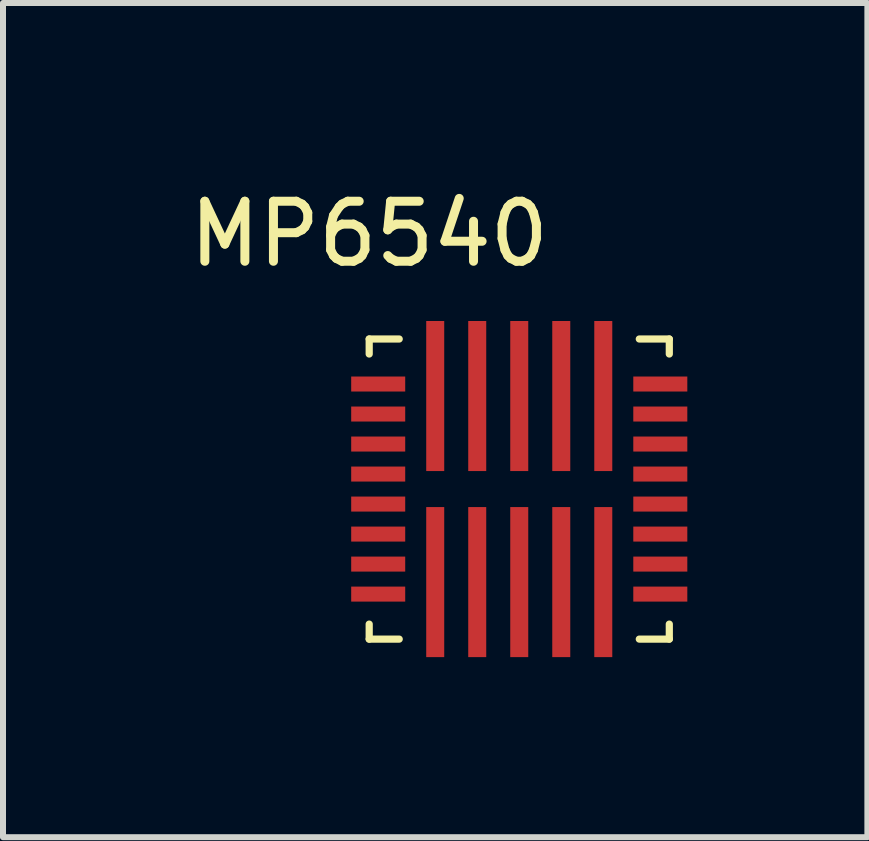
<source format=kicad_pcb>
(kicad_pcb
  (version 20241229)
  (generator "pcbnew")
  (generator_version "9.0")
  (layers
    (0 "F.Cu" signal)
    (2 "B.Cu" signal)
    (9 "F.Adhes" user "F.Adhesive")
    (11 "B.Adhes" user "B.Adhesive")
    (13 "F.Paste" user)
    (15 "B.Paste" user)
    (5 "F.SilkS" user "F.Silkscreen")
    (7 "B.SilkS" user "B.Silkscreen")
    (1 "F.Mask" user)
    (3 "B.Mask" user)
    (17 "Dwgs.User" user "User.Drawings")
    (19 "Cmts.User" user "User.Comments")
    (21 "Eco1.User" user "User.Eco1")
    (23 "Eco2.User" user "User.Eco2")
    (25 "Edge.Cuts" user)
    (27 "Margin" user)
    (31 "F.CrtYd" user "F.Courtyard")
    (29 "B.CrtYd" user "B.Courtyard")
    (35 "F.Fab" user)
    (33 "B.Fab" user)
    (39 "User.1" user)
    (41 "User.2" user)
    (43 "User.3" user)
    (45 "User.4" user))
  (footprint "MP6540"
    (layer "F.Cu")
    (at 5.601 5.098)
    (property "Reference" "MP6540" (at -2.5 -4.25 0) (unlocked yes) (layer "F.SilkS") (effects (font (size 1 1) (thickness 0.15))))
    (attr through_hole)
    (fp_line (start -2.5 -2.5) (end -2 -2.5) (stroke (width 0.12) (type solid)) (layer "F.SilkS"))
    (fp_line (start -2.5 -2.25) (end -2.5 -2.5) (stroke (width 0.12) (type solid)) (layer "F.SilkS"))
    (fp_line (start -2.5 2.25) (end -2.5 2.5) (stroke (width 0.12) (type solid)) (layer "F.SilkS"))
    (fp_line (start -2.5 2.5) (end -2 2.5) (stroke (width 0.12) (type solid)) (layer "F.SilkS"))
    (fp_line (start 2 -2.5) (end 2.5 -2.5) (stroke (width 0.12) (type solid)) (layer "F.SilkS"))
    (fp_line (start 2.5 -2.5) (end 2.5 -2.25) (stroke (width 0.12) (type solid)) (layer "F.SilkS"))
    (fp_line (start 2.5 2.25) (end 2.5 2.5) (stroke (width 0.12) (type solid)) (layer "F.SilkS"))
    (fp_line (start 2.5 2.5) (end 2 2.5) (stroke (width 0.12) (type solid)) (layer "F.SilkS"))
    (pad "1" smd rect (at -2.35 -1.75) (size 0.9 0.25) (layers "F.Cu" "F.Mask" "F.Paste"))
    (pad "2" smd rect (at -2.35 -1.25) (size 0.9 0.25) (layers "F.Cu" "F.Mask" "F.Paste"))
    (pad "3" smd rect (at -2.35 -0.75) (size 0.9 0.25) (layers "F.Cu" "F.Mask" "F.Paste"))
    (pad "4" smd rect (at -2.35 -0.25) (size 0.9 0.25) (layers "F.Cu" "F.Mask" "F.Paste"))
    (pad "5" smd rect (at -2.35 0.25) (size 0.9 0.25) (layers "F.Cu" "F.Mask" "F.Paste"))
    (pad "6" smd rect (at -2.35 0.75) (size 0.9 0.25) (layers "F.Cu" "F.Mask" "F.Paste"))
    (pad "7" smd rect (at -2.35 1.25) (size 0.9 0.25) (layers "F.Cu" "F.Mask" "F.Paste"))
    (pad "8" smd rect (at -2.35 1.75) (size 0.9 0.25) (layers "F.Cu" "F.Mask" "F.Paste"))
    (pad "9" smd rect (at -1.4 1.55 90) (size 2.5 0.3) (layers "F.Cu" "F.Mask" "F.Paste"))
    (pad "10" smd rect (at -0.7 1.55 90) (size 2.5 0.3) (layers "F.Cu" "F.Mask" "F.Paste"))
    (pad "11" smd rect (at 0 1.55 90) (size 2.5 0.3) (layers "F.Cu" "F.Mask" "F.Paste"))
    (pad "12" smd rect (at 0.7 1.55 90) (size 2.5 0.3) (layers "F.Cu" "F.Mask" "F.Paste"))
    (pad "13" smd rect (at 1.4 1.55 90) (size 2.5 0.3) (layers "F.Cu" "F.Mask" "F.Paste"))
    (pad "14" smd rect (at 2.35 1.75) (size 0.9 0.25) (layers "F.Cu" "F.Mask" "F.Paste"))
    (pad "15" smd rect (at 2.35 1.25) (size 0.9 0.25) (layers "F.Cu" "F.Mask" "F.Paste"))
    (pad "16" smd rect (at 2.35 0.75) (size 0.9 0.25) (layers "F.Cu" "F.Mask" "F.Paste"))
    (pad "17" smd rect (at 2.35 0.25) (size 0.9 0.25) (layers "F.Cu" "F.Mask" "F.Paste"))
    (pad "18" smd rect (at 2.35 -0.25) (size 0.9 0.25) (layers "F.Cu" "F.Mask" "F.Paste"))
    (pad "19" smd rect (at 2.35 -0.75) (size 0.9 0.25) (layers "F.Cu" "F.Mask" "F.Paste"))
    (pad "20" smd rect (at 2.35 -1.25) (size 0.9 0.25) (layers "F.Cu" "F.Mask" "F.Paste"))
    (pad "21" smd rect (at 2.35 -1.75) (size 0.9 0.25) (layers "F.Cu" "F.Mask" "F.Paste"))
    (pad "22" smd rect (at 1.4 -1.55 90) (size 2.5 0.3) (layers "F.Cu" "F.Mask" "F.Paste"))
    (pad "23" smd rect (at 0.7 -1.55 90) (size 2.5 0.3) (layers "F.Cu" "F.Mask" "F.Paste"))
    (pad "24" smd rect (at 0 -1.55 90) (size 2.5 0.3) (layers "F.Cu" "F.Mask" "F.Paste"))
    (pad "25" smd rect (at -0.7 -1.55 90) (size 2.5 0.3) (layers "F.Cu" "F.Mask" "F.Paste"))
    (pad "26" smd rect (at -1.4 -1.55 90) (size 2.5 0.3) (layers "F.Cu" "F.Mask" "F.Paste")))
  (gr_rect
    (start -3 -3)
    (end 11.401 10.898)
    (stroke (width 0.1) (type default))
    (fill no)
    (layer "Edge.Cuts")))
</source>
